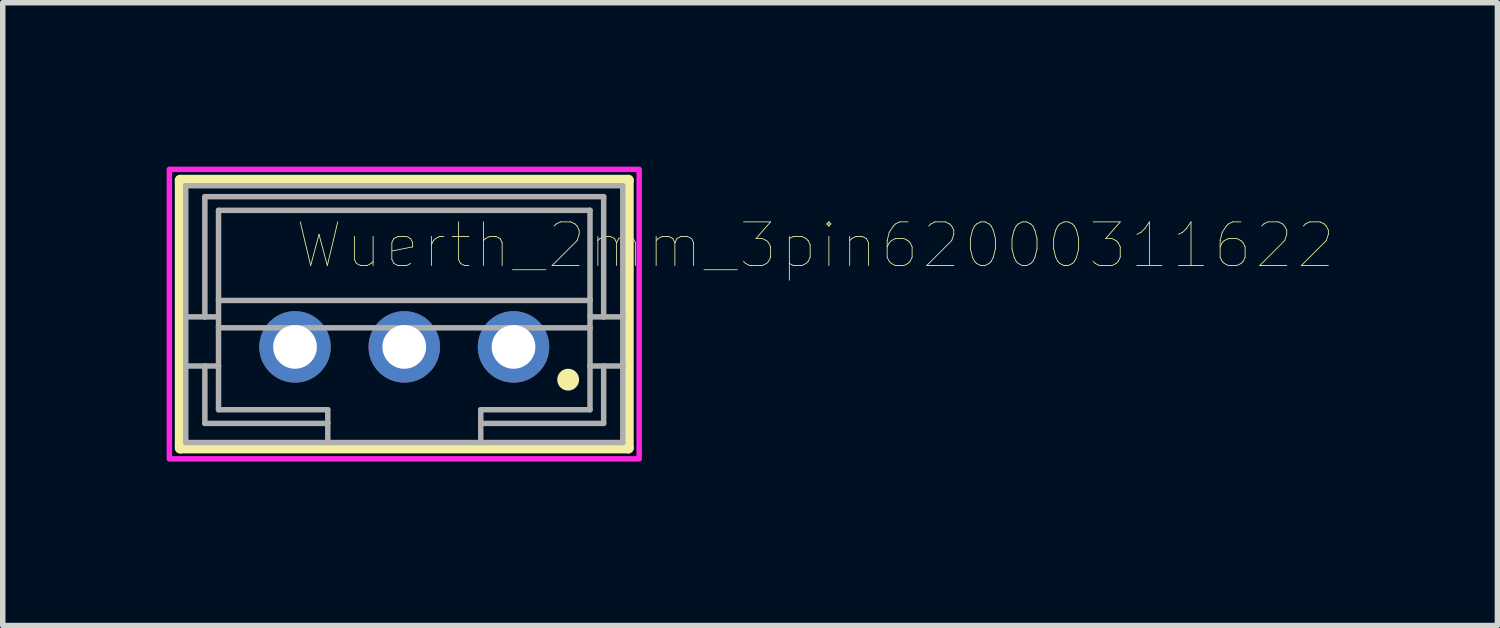
<source format=kicad_pcb>
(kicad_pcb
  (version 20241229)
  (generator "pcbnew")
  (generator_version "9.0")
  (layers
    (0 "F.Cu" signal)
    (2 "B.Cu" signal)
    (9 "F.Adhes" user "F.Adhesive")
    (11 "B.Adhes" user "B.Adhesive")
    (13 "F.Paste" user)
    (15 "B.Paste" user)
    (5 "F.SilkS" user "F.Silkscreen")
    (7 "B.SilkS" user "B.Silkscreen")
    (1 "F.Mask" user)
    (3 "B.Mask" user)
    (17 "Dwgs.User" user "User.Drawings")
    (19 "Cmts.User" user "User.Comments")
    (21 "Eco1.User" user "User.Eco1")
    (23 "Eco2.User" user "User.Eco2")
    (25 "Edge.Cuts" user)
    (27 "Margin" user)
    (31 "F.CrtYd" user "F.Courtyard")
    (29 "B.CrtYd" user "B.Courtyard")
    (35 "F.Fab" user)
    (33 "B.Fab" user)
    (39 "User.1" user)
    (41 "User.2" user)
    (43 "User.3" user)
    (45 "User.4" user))
  (footprint "Wuerth_2mm_3pin62000311622"
    (layer "F.Cu")
    (at 4.35 2.7)
    (property "Reference" "Wuerth_2mm_3pin62000311622" (at 7.525 -1.258 0) (layer "F.SilkS") (effects (font (size 0.8 0.8) (thickness 0.015))))
    (attr through_hole)
    (fp_line (start -4.1 -2.45) (end 4.1 -2.45) (stroke (width 0.2) (type solid)) (layer "F.SilkS"))
    (fp_line (start -4.1 2.45) (end -4.1 -2.45) (stroke (width 0.2) (type solid)) (layer "F.SilkS"))
    (fp_line (start 4.1 -2.45) (end 4.1 2.45) (stroke (width 0.2) (type solid)) (layer "F.SilkS"))
    (fp_line (start 4.1 2.45) (end -4.1 2.45) (stroke (width 0.2) (type solid)) (layer "F.SilkS"))
    (fp_circle (center 3 1.2) (end 3.1 1.2) (stroke (width 0.2) (type solid)) (fill no) (layer "F.SilkS"))
    (fp_poly (pts (xy -4.3 -2.65) (xy 4.3 -2.65) (xy 4.3 2.65) (xy -4.3 2.65)) (stroke (width 0.1) (type solid)) (fill no) (layer "F.CrtYd"))
    (fp_line (start -4 -2.35) (end 4 -2.35) (stroke (width 0.1) (type solid)) (layer "F.Fab"))
    (fp_line (start -4 0.05) (end -4 -2.35) (stroke (width 0.1) (type solid)) (layer "F.Fab"))
    (fp_line (start -4 0.05) (end -3.65 0.05) (stroke (width 0.1) (type solid)) (layer "F.Fab"))
    (fp_line (start -4 0.95) (end -4 0.05) (stroke (width 0.1) (type solid)) (layer "F.Fab"))
    (fp_line (start -4 0.95) (end -3.65 0.95) (stroke (width 0.1) (type solid)) (layer "F.Fab"))
    (fp_line (start -4 2.35) (end -4 0.95) (stroke (width 0.1) (type solid)) (layer "F.Fab"))
    (fp_line (start -3.65 -2.15) (end 3.65 -2.15) (stroke (width 0.1) (type solid)) (layer "F.Fab"))
    (fp_line (start -3.65 0.05) (end -3.65 -2.15) (stroke (width 0.1) (type solid)) (layer "F.Fab"))
    (fp_line (start -3.65 0.05) (end -3.4 0.05) (stroke (width 0.1) (type solid)) (layer "F.Fab"))
    (fp_line (start -3.65 0.95) (end -3.4 0.95) (stroke (width 0.1) (type solid)) (layer "F.Fab"))
    (fp_line (start -3.65 2) (end -3.65 0.95) (stroke (width 0.1) (type solid)) (layer "F.Fab"))
    (fp_line (start -3.4 -1.9) (end 3.4 -1.9) (stroke (width 0.1) (type solid)) (layer "F.Fab"))
    (fp_line (start -3.4 -0.25) (end -3.4 -1.9) (stroke (width 0.1) (type solid)) (layer "F.Fab"))
    (fp_line (start -3.4 -0.25) (end 3.4 -0.25) (stroke (width 0.1) (type solid)) (layer "F.Fab"))
    (fp_line (start -3.4 0.25) (end -3.4 -0.25) (stroke (width 0.1) (type solid)) (layer "F.Fab"))
    (fp_line (start -3.4 0.25) (end 3.4 0.25) (stroke (width 0.1) (type solid)) (layer "F.Fab"))
    (fp_line (start -3.4 0.95) (end -3.4 0.25) (stroke (width 0.1) (type solid)) (layer "F.Fab"))
    (fp_line (start -3.4 1.75) (end -3.4 0.95) (stroke (width 0.1) (type solid)) (layer "F.Fab"))
    (fp_line (start -1.4 1.75) (end -3.4 1.75) (stroke (width 0.1) (type solid)) (layer "F.Fab"))
    (fp_line (start -1.4 1.75) (end -1.4 2) (stroke (width 0.1) (type solid)) (layer "F.Fab"))
    (fp_line (start -1.4 2) (end -3.65 2) (stroke (width 0.1) (type solid)) (layer "F.Fab"))
    (fp_line (start -1.4 2) (end -1.4 2.35) (stroke (width 0.1) (type solid)) (layer "F.Fab"))
    (fp_line (start -1.4 2.35) (end -4 2.35) (stroke (width 0.1) (type solid)) (layer "F.Fab"))
    (fp_line (start 1.4 1.75) (end 1.4 2) (stroke (width 0.1) (type solid)) (layer "F.Fab"))
    (fp_line (start 1.4 2) (end 1.4 2.35) (stroke (width 0.1) (type solid)) (layer "F.Fab"))
    (fp_line (start 1.4 2.35) (end -1.4 2.35) (stroke (width 0.1) (type solid)) (layer "F.Fab"))
    (fp_line (start 3.4 -1.9) (end 3.4 -0.25) (stroke (width 0.1) (type solid)) (layer "F.Fab"))
    (fp_line (start 3.4 -0.25) (end 3.4 0.25) (stroke (width 0.1) (type solid)) (layer "F.Fab"))
    (fp_line (start 3.4 0.05) (end 3.65 0.05) (stroke (width 0.1) (type solid)) (layer "F.Fab"))
    (fp_line (start 3.4 0.25) (end 3.4 0.95) (stroke (width 0.1) (type solid)) (layer "F.Fab"))
    (fp_line (start 3.4 0.95) (end 3.4 1.75) (stroke (width 0.1) (type solid)) (layer "F.Fab"))
    (fp_line (start 3.4 0.95) (end 3.65 0.95) (stroke (width 0.1) (type solid)) (layer "F.Fab"))
    (fp_line (start 3.4 1.75) (end 1.4 1.75) (stroke (width 0.1) (type solid)) (layer "F.Fab"))
    (fp_line (start 3.65 -2.15) (end 3.65 0.05) (stroke (width 0.1) (type solid)) (layer "F.Fab"))
    (fp_line (start 3.65 0.05) (end 4 0.05) (stroke (width 0.1) (type solid)) (layer "F.Fab"))
    (fp_line (start 3.65 0.95) (end 3.65 2) (stroke (width 0.1) (type solid)) (layer "F.Fab"))
    (fp_line (start 3.65 0.95) (end 4 0.95) (stroke (width 0.1) (type solid)) (layer "F.Fab"))
    (fp_line (start 3.65 2) (end 1.4 2) (stroke (width 0.1) (type solid)) (layer "F.Fab"))
    (fp_line (start 4 -2.35) (end 4 0.05) (stroke (width 0.1) (type solid)) (layer "F.Fab"))
    (fp_line (start 4 0.05) (end 4 0.95) (stroke (width 0.1) (type solid)) (layer "F.Fab"))
    (fp_line (start 4 0.95) (end 4 2.35) (stroke (width 0.1) (type solid)) (layer "F.Fab"))
    (fp_line (start 4 2.35) (end 1.4 2.35) (stroke (width 0.1) (type solid)) (layer "F.Fab"))
    (pad "1" thru_hole circle (at 2 0.6) (size 1.308 1.308) (drill 0.8) (layers "*.Cu" "*.Mask"))
    (pad "2" thru_hole circle (at 0 0.6) (size 1.308 1.308) (drill 0.8) (layers "*.Cu" "*.Mask"))
    (pad "3" thru_hole circle (at -2 0.6) (size 1.308 1.308) (drill 0.8) (layers "*.Cu" "*.Mask")))
  (gr_rect
    (start -3 -3)
    (end 24.36 8.4)
    (stroke (width 0.1) (type default))
    (fill no)
    (layer "Edge.Cuts")))
</source>
